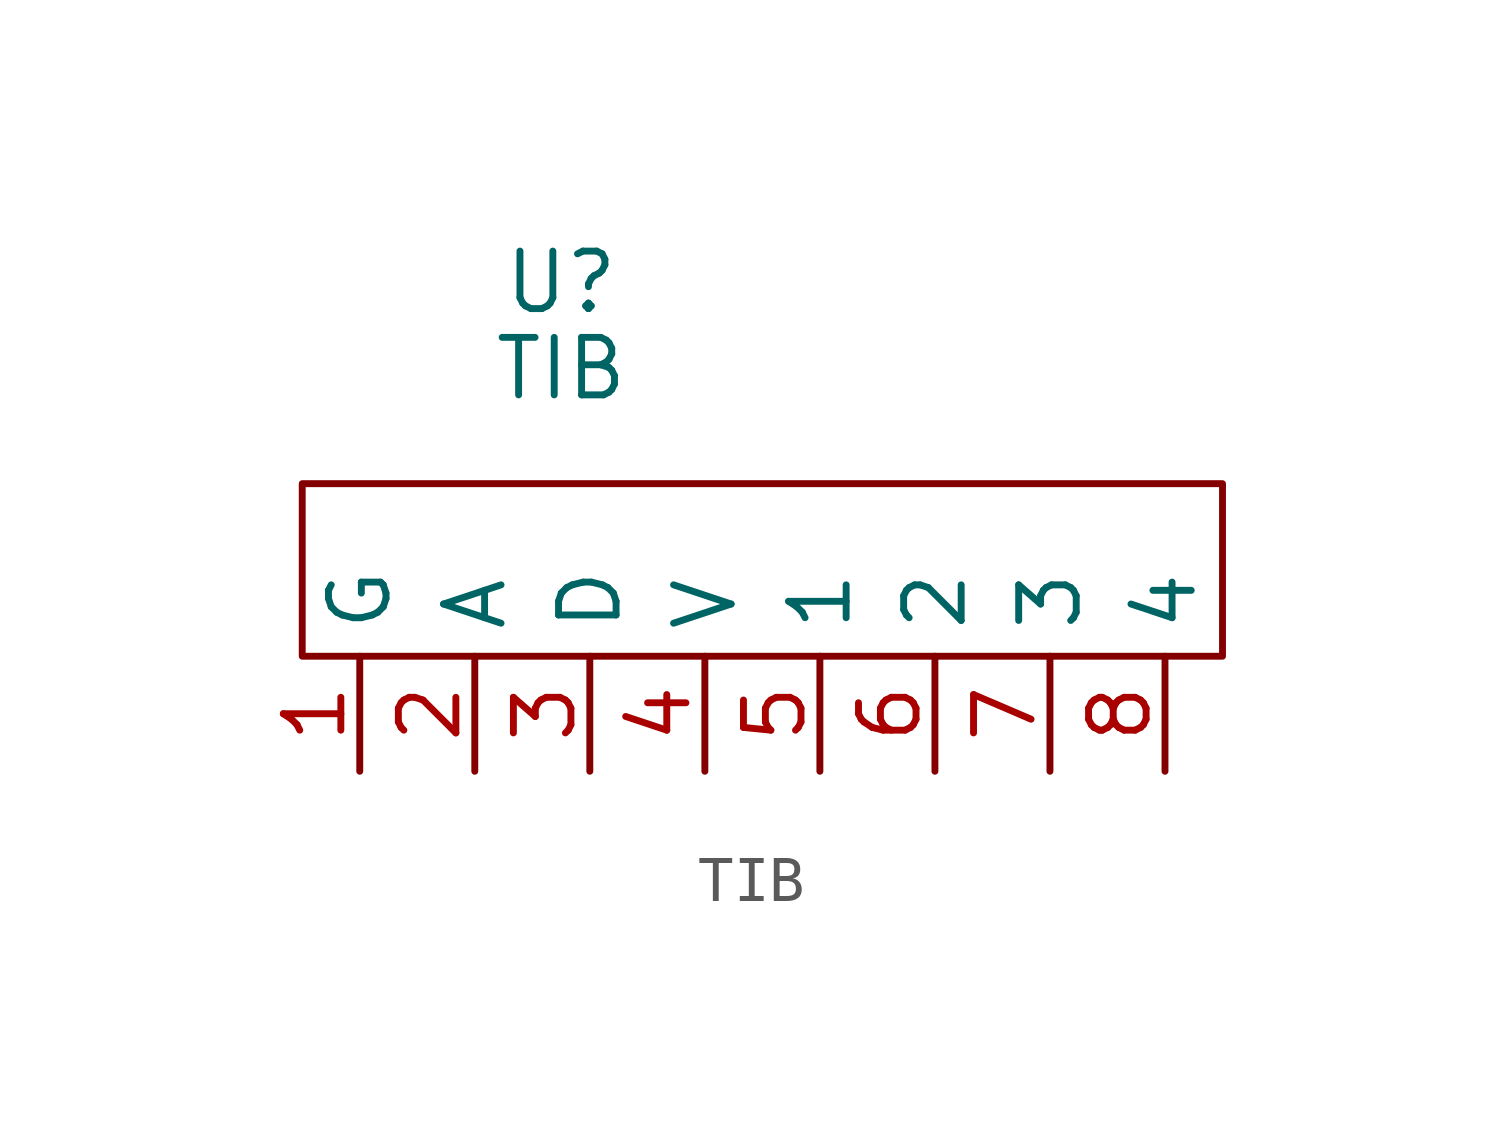
<source format=kicad_sym>
(kicad_symbol_lib
  (version 20211014)
  (generator kicad_symbol_editor)
  (symbol "TIB"
    (property "Reference" "U"
      (at 0 4.445 0)
      (effects (font (size 1.27 1.27))))
    (property "Value" "TIB"
      (at 0 2.54 0)
      (effects (font (size 1.27 1.27))))
    (symbol "TIB_0_1"
      (rectangle (start -5.715 0) (end 14.605 -3.81) (stroke (width 0.152) (type default) (color 0 0 0 0)) (fill (type none))))
    (symbol "TIB_1_1"
      (pin power_in line (at -4.445 -6.35 90) (length 2.54) (name "G" (effects (font (size 1.27 1.27)))) (number "1" (effects (font (size 1.27 1.27)))))
      (pin output line (at -1.905 -6.35 90) (length 2.54) (name "A" (effects (font (size 1.27 1.27)))) (number "2" (effects (font (size 1.27 1.27)))))
      (pin output line (at 0.635 -6.35 90) (length 2.54) (name "D" (effects (font (size 1.27 1.27)))) (number "3" (effects (font (size 1.27 1.27)))))
      (pin power_in line (at 3.175 -6.35 90) (length 2.54) (name "V" (effects (font (size 1.27 1.27)))) (number "4" (effects (font (size 1.27 1.27)))))
      (pin bidirectional line (at 5.715 -6.35 90) (length 2.54) (name "1" (effects (font (size 1.27 1.27)))) (number "5" (effects (font (size 1.27 1.27)))))
      (pin bidirectional line (at 8.255 -6.35 90) (length 2.54) (name "2" (effects (font (size 1.27 1.27)))) (number "6" (effects (font (size 1.27 1.27)))))
      (pin bidirectional line (at 10.795 -6.35 90) (length 2.54) (name "3" (effects (font (size 1.27 1.27)))) (number "7" (effects (font (size 1.27 1.27)))))
      (pin bidirectional line (at 13.335 -6.35 90) (length 2.54) (name "4" (effects (font (size 1.27 1.27)))) (number "8" (effects (font (size 1.27 1.27))))))))
</source>
